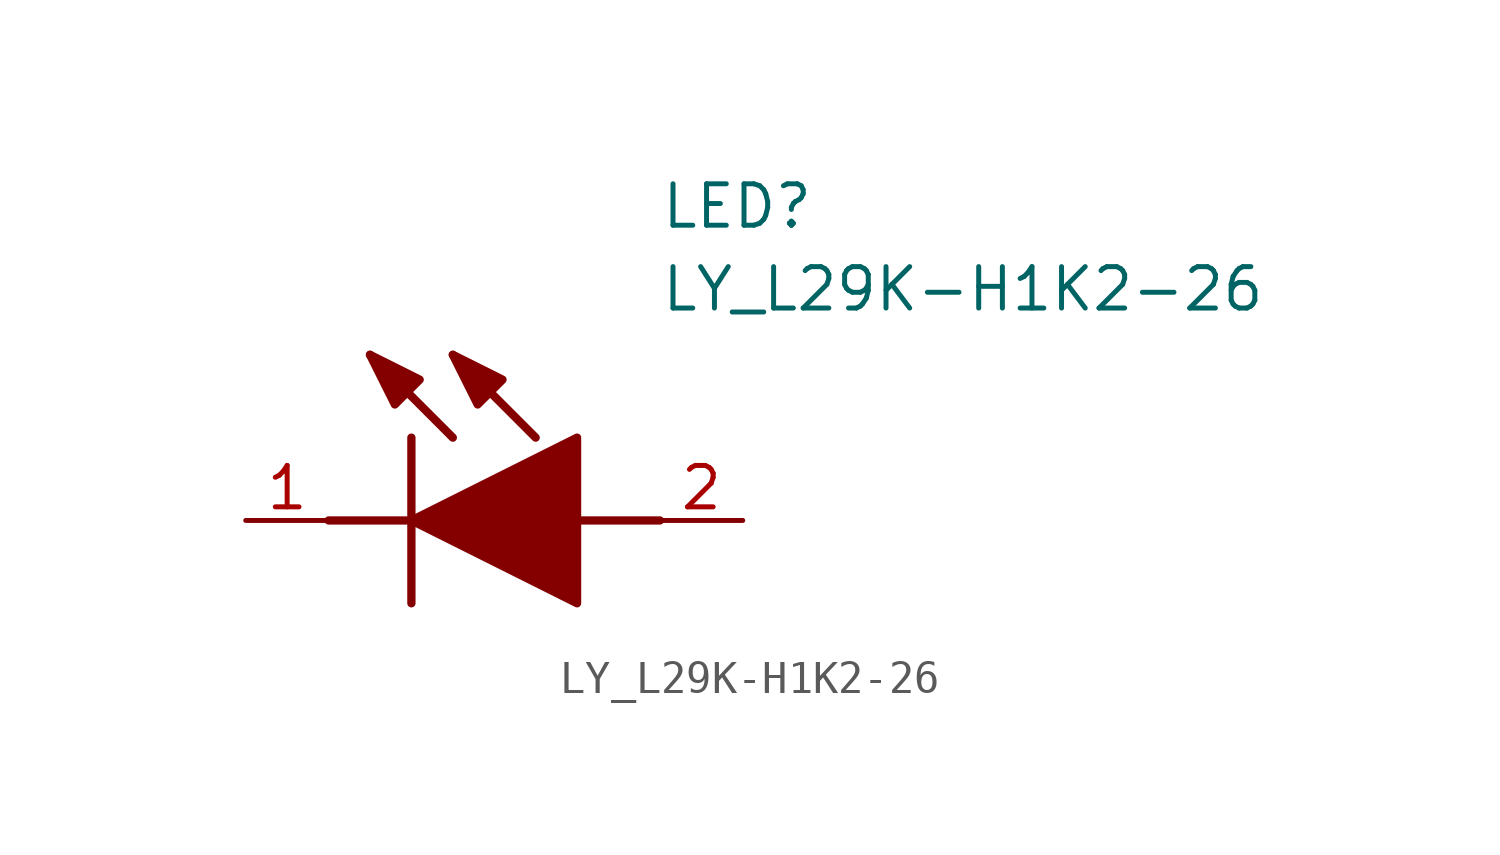
<source format=kicad_sym>
(kicad_symbol_lib
  (version 20211014)
  (generator SamacSys_ECAD_Model)
  (symbol "LY_L29K-H1K2-26"
    (pin_names hide)
    (property "Reference" "LED"
      (at 12.7 8.89 0)
      (effects (font (size 1.27 1.27)) (justify left bottom)))
    (property "Value" "LY_L29K-H1K2-26"
      (at 12.7 6.35 0)
      (effects (font (size 1.27 1.27)) (justify left bottom)))
    (polyline
      (pts (xy 5.08 2.54) (xy 5.08 -2.54))
      (stroke (width 0.254) (type default))
      (fill (type none)))
    (polyline
      (pts (xy 6.35 2.54) (xy 3.81 5.08))
      (stroke (width 0.254) (type default))
      (fill (type none)))
    (polyline
      (pts (xy 8.89 2.54) (xy 6.35 5.08))
      (stroke (width 0.254) (type default))
      (fill (type none)))
    (polyline
      (pts (xy 2.54 0) (xy 5.08 0))
      (stroke (width 0.254) (type default))
      (fill (type none)))
    (polyline
      (pts (xy 10.16 0) (xy 12.7 0))
      (stroke (width 0.254) (type default))
      (fill (type none)))
    (polyline
      (pts (xy 5.08 0) (xy 10.16 2.54) (xy 10.16 -2.54) (xy 5.08 0))
      (stroke (width 0.254) (type default))
      (fill (type outline)))
    (polyline
      (pts (xy 5.334 4.318) (xy 4.572 3.556) (xy 3.81 5.08) (xy 5.334 4.318))
      (stroke (width 0.254) (type default))
      (fill (type outline)))
    (polyline
      (pts (xy 7.874 4.318) (xy 7.112 3.556) (xy 6.35 5.08) (xy 7.874 4.318))
      (stroke (width 0.254) (type default))
      (fill (type outline)))
    (pin passive line
      (at 0 0 0)
      (length 2.54)
      (name "K" (effects (font (size 1.27 1.27))))
      (number "1" (effects (font (size 1.27 1.27)))))
    (pin passive line
      (at 15.24 0 180)
      (length 2.54)
      (name "A" (effects (font (size 1.27 1.27))))
      (number "2" (effects (font (size 1.27 1.27)))))))
</source>
